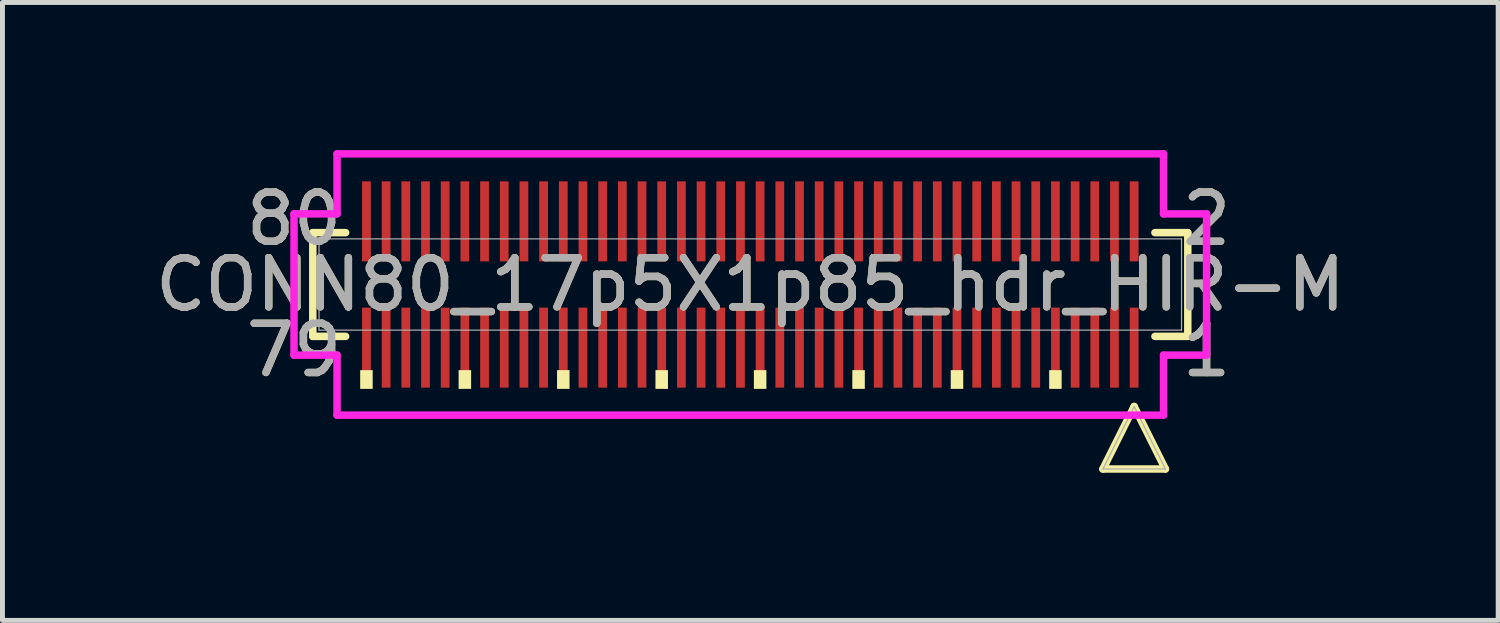
<source format=kicad_pcb>
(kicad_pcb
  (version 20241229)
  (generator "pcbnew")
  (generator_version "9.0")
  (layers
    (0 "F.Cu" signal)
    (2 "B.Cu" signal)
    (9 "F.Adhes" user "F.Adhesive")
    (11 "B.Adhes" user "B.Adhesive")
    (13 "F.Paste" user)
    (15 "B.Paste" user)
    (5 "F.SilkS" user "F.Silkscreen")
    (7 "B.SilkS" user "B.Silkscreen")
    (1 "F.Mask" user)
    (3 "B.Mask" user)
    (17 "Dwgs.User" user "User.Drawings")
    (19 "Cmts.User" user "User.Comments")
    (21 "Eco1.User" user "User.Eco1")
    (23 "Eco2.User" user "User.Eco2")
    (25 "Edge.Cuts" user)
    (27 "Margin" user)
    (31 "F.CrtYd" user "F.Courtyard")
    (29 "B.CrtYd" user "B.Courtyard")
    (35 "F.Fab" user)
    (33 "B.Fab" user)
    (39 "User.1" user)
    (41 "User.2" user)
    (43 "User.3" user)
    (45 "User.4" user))
  (footprint "CONN80_17p5X1p85_hdr_HIR-M"
    (layer "F.Cu")
    (at 12.196 2.731)
    (property "Reference" "CONN80_17p5X1p85_hdr_HIR-M" (at 0 0 0) (unlocked yes) (layer "F.SilkS") (effects (font (size 1 1) (thickness 0.15))))
    (attr smd)
    (fp_line (start -8.89 -1.054) (end -8.89 1.054) (stroke (width 0.152) (type solid)) (layer "F.SilkS"))
    (fp_line (start -8.89 1.054) (end -8.222 1.054) (stroke (width 0.152) (type solid)) (layer "F.SilkS"))
    (fp_line (start -8.222 -1.054) (end -8.89 -1.054) (stroke (width 0.152) (type solid)) (layer "F.SilkS"))
    (fp_line (start 7.165 3.749) (end 8.435 3.749) (stroke (width 0.152) (type solid)) (layer "F.SilkS"))
    (fp_line (start 7.8 2.479) (end 7.165 3.749) (stroke (width 0.152) (type solid)) (layer "F.SilkS"))
    (fp_line (start 8.222 1.054) (end 8.89 1.054) (stroke (width 0.152) (type solid)) (layer "F.SilkS"))
    (fp_line (start 8.435 3.749) (end 7.8 2.479) (stroke (width 0.152) (type solid)) (layer "F.SilkS"))
    (fp_line (start 8.89 -1.054) (end 8.222 -1.054) (stroke (width 0.152) (type solid)) (layer "F.SilkS"))
    (fp_line (start 8.89 1.054) (end 8.89 -1.054) (stroke (width 0.152) (type solid)) (layer "F.SilkS"))
    (fp_poly (pts (xy -7.927 1.74) (xy -7.927 2.121) (xy -7.673 2.121) (xy -7.673 1.74)) (stroke (width 0) (type solid)) (fill yes) (layer "F.SilkS"))
    (fp_poly (pts (xy -5.927 1.74) (xy -5.927 2.121) (xy -5.673 2.121) (xy -5.673 1.74)) (stroke (width 0) (type solid)) (fill yes) (layer "F.SilkS"))
    (fp_poly (pts (xy -3.927 1.74) (xy -3.927 2.121) (xy -3.673 2.121) (xy -3.673 1.74)) (stroke (width 0) (type solid)) (fill yes) (layer "F.SilkS"))
    (fp_poly (pts (xy -1.927 1.74) (xy -1.927 2.121) (xy -1.673 2.121) (xy -1.673 1.74)) (stroke (width 0) (type solid)) (fill yes) (layer "F.SilkS"))
    (fp_poly (pts (xy 0.073 1.74) (xy 0.073 2.121) (xy 0.327 2.121) (xy 0.327 1.74)) (stroke (width 0) (type solid)) (fill yes) (layer "F.SilkS"))
    (fp_poly (pts (xy 2.073 1.74) (xy 2.073 2.121) (xy 2.327 2.121) (xy 2.327 1.74)) (stroke (width 0) (type solid)) (fill yes) (layer "F.SilkS"))
    (fp_poly (pts (xy 4.073 1.74) (xy 4.073 2.121) (xy 4.327 2.121) (xy 4.327 1.74)) (stroke (width 0) (type solid)) (fill yes) (layer "F.SilkS"))
    (fp_poly (pts (xy 6.073 1.74) (xy 6.073 2.121) (xy 6.327 2.121) (xy 6.327 1.74)) (stroke (width 0) (type solid)) (fill yes) (layer "F.SilkS"))
    (fp_line (start -9.271 -1.435) (end -8.397 -1.435) (stroke (width 0.152) (type solid)) (layer "F.CrtYd"))
    (fp_line (start -9.271 1.435) (end -9.271 -1.435) (stroke (width 0.152) (type solid)) (layer "F.CrtYd"))
    (fp_line (start -8.397 -1.435) (end -8.397 -2.654) (stroke (width 0.152) (type solid)) (layer "F.CrtYd"))
    (fp_line (start -8.397 1.435) (end -9.271 1.435) (stroke (width 0.152) (type solid)) (layer "F.CrtYd"))
    (fp_line (start -8.397 2.654) (end -8.397 1.435) (stroke (width 0.152) (type solid)) (layer "F.CrtYd"))
    (fp_line (start -8.397 2.654) (end 8.397 2.654) (stroke (width 0.152) (type solid)) (layer "F.CrtYd"))
    (fp_line (start 8.397 -2.654) (end -8.397 -2.654) (stroke (width 0.152) (type solid)) (layer "F.CrtYd"))
    (fp_line (start 8.397 -2.654) (end 8.397 -1.435) (stroke (width 0.152) (type solid)) (layer "F.CrtYd"))
    (fp_line (start 8.397 -1.435) (end 9.271 -1.435) (stroke (width 0.152) (type solid)) (layer "F.CrtYd"))
    (fp_line (start 8.397 1.435) (end 8.397 2.654) (stroke (width 0.152) (type solid)) (layer "F.CrtYd"))
    (fp_line (start 9.271 -1.435) (end 9.271 1.435) (stroke (width 0.152) (type solid)) (layer "F.CrtYd"))
    (fp_line (start 9.271 1.435) (end 8.397 1.435) (stroke (width 0.152) (type solid)) (layer "F.CrtYd"))
    (fp_line (start -8.763 -0.927) (end -8.763 0.927) (stroke (width 0.025) (type solid)) (layer "F.Fab"))
    (fp_line (start -8.763 0.927) (end 8.763 0.927) (stroke (width 0.025) (type solid)) (layer "F.Fab"))
    (fp_line (start 7.165 3.749) (end 8.435 3.749) (stroke (width 0.025) (type solid)) (layer "F.Fab"))
    (fp_line (start 7.8 2.479) (end 7.165 3.749) (stroke (width 0.025) (type solid)) (layer "F.Fab"))
    (fp_line (start 8.435 3.749) (end 7.8 2.479) (stroke (width 0.025) (type solid)) (layer "F.Fab"))
    (fp_line (start 8.763 -0.927) (end -8.763 -0.927) (stroke (width 0.025) (type solid)) (layer "F.Fab"))
    (fp_line (start 8.763 0.927) (end 8.763 -0.927) (stroke (width 0.025) (type solid)) (layer "F.Fab"))
    (fp_text user "80" (at -9.271 -1.333 0) (unlocked yes) (layer "F.SilkS") (effects (font (size 1 1) (thickness 0.15))))
    (fp_text user "2" (at 9.271 -1.333 0) (unlocked yes) (layer "F.SilkS") (effects (font (size 1 1) (thickness 0.15))))
    (fp_text user "1" (at 9.271 1.333 0) (unlocked yes) (layer "F.SilkS") (effects (font (size 1 1) (thickness 0.15))))
    (fp_text user "79" (at -9.271 1.333 0) (unlocked yes) (layer "F.SilkS") (effects (font (size 1 1) (thickness 0.15))))
    (fp_text user "2" (at 9.271 -1.333 0) (unlocked yes) (layer "F.Fab") (effects (font (size 1 1) (thickness 0.15))))
    (fp_text user "${REFERENCE}" (at 0 0 0) (unlocked yes) (layer "F.Fab") (effects (font (size 1 1) (thickness 0.15))))
    (fp_text user "79" (at -9.271 1.333 0) (unlocked yes) (layer "F.Fab") (effects (font (size 1 1) (thickness 0.15))))
    (fp_text user "1" (at 9.271 1.333 0) (unlocked yes) (layer "F.Fab") (effects (font (size 1 1) (thickness 0.15))))
    (fp_text user "80" (at -9.271 -1.333 0) (unlocked yes) (layer "F.Fab") (effects (font (size 1 1) (thickness 0.15))))
    (pad "1" smd rect (at 7.8 1.283) (size 0.178 1.626) (layers "F.Cu" "F.Mask" "F.Paste"))
    (pad "2" smd rect (at 7.8 -1.283) (size 0.178 1.626) (layers "F.Cu" "F.Mask" "F.Paste"))
    (pad "3" smd rect (at 7.4 1.283) (size 0.178 1.626) (layers "F.Cu" "F.Mask" "F.Paste"))
    (pad "4" smd rect (at 7.4 -1.283) (size 0.178 1.626) (layers "F.Cu" "F.Mask" "F.Paste"))
    (pad "5" smd rect (at 7 1.283) (size 0.178 1.626) (layers "F.Cu" "F.Mask" "F.Paste"))
    (pad "6" smd rect (at 7 -1.283) (size 0.178 1.626) (layers "F.Cu" "F.Mask" "F.Paste"))
    (pad "7" smd rect (at 6.6 1.283) (size 0.178 1.626) (layers "F.Cu" "F.Mask" "F.Paste"))
    (pad "8" smd rect (at 6.6 -1.283) (size 0.178 1.626) (layers "F.Cu" "F.Mask" "F.Paste"))
    (pad "9" smd rect (at 6.2 1.283) (size 0.178 1.626) (layers "F.Cu" "F.Mask" "F.Paste"))
    (pad "10" smd rect (at 6.2 -1.283) (size 0.178 1.626) (layers "F.Cu" "F.Mask" "F.Paste"))
    (pad "11" smd rect (at 5.8 1.283) (size 0.178 1.626) (layers "F.Cu" "F.Mask" "F.Paste"))
    (pad "12" smd rect (at 5.8 -1.283) (size 0.178 1.626) (layers "F.Cu" "F.Mask" "F.Paste"))
    (pad "13" smd rect (at 5.4 1.283) (size 0.178 1.626) (layers "F.Cu" "F.Mask" "F.Paste"))
    (pad "14" smd rect (at 5.4 -1.283) (size 0.178 1.626) (layers "F.Cu" "F.Mask" "F.Paste"))
    (pad "15" smd rect (at 5 1.283) (size 0.178 1.626) (layers "F.Cu" "F.Mask" "F.Paste"))
    (pad "16" smd rect (at 5 -1.283) (size 0.178 1.626) (layers "F.Cu" "F.Mask" "F.Paste"))
    (pad "17" smd rect (at 4.6 1.283) (size 0.178 1.626) (layers "F.Cu" "F.Mask" "F.Paste"))
    (pad "18" smd rect (at 4.6 -1.283) (size 0.178 1.626) (layers "F.Cu" "F.Mask" "F.Paste"))
    (pad "19" smd rect (at 4.2 1.283) (size 0.178 1.626) (layers "F.Cu" "F.Mask" "F.Paste"))
    (pad "20" smd rect (at 4.2 -1.283) (size 0.178 1.626) (layers "F.Cu" "F.Mask" "F.Paste"))
    (pad "21" smd rect (at 3.8 1.283) (size 0.178 1.626) (layers "F.Cu" "F.Mask" "F.Paste"))
    (pad "22" smd rect (at 3.8 -1.283) (size 0.178 1.626) (layers "F.Cu" "F.Mask" "F.Paste"))
    (pad "23" smd rect (at 3.4 1.283) (size 0.178 1.626) (layers "F.Cu" "F.Mask" "F.Paste"))
    (pad "24" smd rect (at 3.4 -1.283) (size 0.178 1.626) (layers "F.Cu" "F.Mask" "F.Paste"))
    (pad "25" smd rect (at 3 1.283) (size 0.178 1.626) (layers "F.Cu" "F.Mask" "F.Paste"))
    (pad "26" smd rect (at 3 -1.283) (size 0.178 1.626) (layers "F.Cu" "F.Mask" "F.Paste"))
    (pad "27" smd rect (at 2.6 1.283) (size 0.178 1.626) (layers "F.Cu" "F.Mask" "F.Paste"))
    (pad "28" smd rect (at 2.6 -1.283) (size 0.178 1.626) (layers "F.Cu" "F.Mask" "F.Paste"))
    (pad "29" smd rect (at 2.2 1.283) (size 0.178 1.626) (layers "F.Cu" "F.Mask" "F.Paste"))
    (pad "30" smd rect (at 2.2 -1.283) (size 0.178 1.626) (layers "F.Cu" "F.Mask" "F.Paste"))
    (pad "31" smd rect (at 1.8 1.283) (size 0.178 1.626) (layers "F.Cu" "F.Mask" "F.Paste"))
    (pad "32" smd rect (at 1.8 -1.283) (size 0.178 1.626) (layers "F.Cu" "F.Mask" "F.Paste"))
    (pad "33" smd rect (at 1.4 1.283) (size 0.178 1.626) (layers "F.Cu" "F.Mask" "F.Paste"))
    (pad "34" smd rect (at 1.4 -1.283) (size 0.178 1.626) (layers "F.Cu" "F.Mask" "F.Paste"))
    (pad "35" smd rect (at 1 1.283) (size 0.178 1.626) (layers "F.Cu" "F.Mask" "F.Paste"))
    (pad "36" smd rect (at 1 -1.283) (size 0.178 1.626) (layers "F.Cu" "F.Mask" "F.Paste"))
    (pad "37" smd rect (at 0.6 1.283) (size 0.178 1.626) (layers "F.Cu" "F.Mask" "F.Paste"))
    (pad "38" smd rect (at 0.6 -1.283) (size 0.178 1.626) (layers "F.Cu" "F.Mask" "F.Paste"))
    (pad "39" smd rect (at 0.2 1.283) (size 0.178 1.626) (layers "F.Cu" "F.Mask" "F.Paste"))
    (pad "40" smd rect (at 0.2 -1.283) (size 0.178 1.626) (layers "F.Cu" "F.Mask" "F.Paste"))
    (pad "41" smd rect (at -0.2 1.283) (size 0.178 1.626) (layers "F.Cu" "F.Mask" "F.Paste"))
    (pad "42" smd rect (at -0.2 -1.283) (size 0.178 1.626) (layers "F.Cu" "F.Mask" "F.Paste"))
    (pad "43" smd rect (at -0.6 1.283) (size 0.178 1.626) (layers "F.Cu" "F.Mask" "F.Paste"))
    (pad "44" smd rect (at -0.6 -1.283) (size 0.178 1.626) (layers "F.Cu" "F.Mask" "F.Paste"))
    (pad "45" smd rect (at -1 1.283) (size 0.178 1.626) (layers "F.Cu" "F.Mask" "F.Paste"))
    (pad "46" smd rect (at -1 -1.283) (size 0.178 1.626) (layers "F.Cu" "F.Mask" "F.Paste"))
    (pad "47" smd rect (at -1.4 1.283) (size 0.178 1.626) (layers "F.Cu" "F.Mask" "F.Paste"))
    (pad "48" smd rect (at -1.4 -1.283) (size 0.178 1.626) (layers "F.Cu" "F.Mask" "F.Paste"))
    (pad "49" smd rect (at -1.8 1.283) (size 0.178 1.626) (layers "F.Cu" "F.Mask" "F.Paste"))
    (pad "50" smd rect (at -1.8 -1.283) (size 0.178 1.626) (layers "F.Cu" "F.Mask" "F.Paste"))
    (pad "51" smd rect (at -2.2 1.283) (size 0.178 1.626) (layers "F.Cu" "F.Mask" "F.Paste"))
    (pad "52" smd rect (at -2.2 -1.283) (size 0.178 1.626) (layers "F.Cu" "F.Mask" "F.Paste"))
    (pad "53" smd rect (at -2.6 1.283) (size 0.178 1.626) (layers "F.Cu" "F.Mask" "F.Paste"))
    (pad "54" smd rect (at -2.6 -1.283) (size 0.178 1.626) (layers "F.Cu" "F.Mask" "F.Paste"))
    (pad "55" smd rect (at -3 1.283) (size 0.178 1.626) (layers "F.Cu" "F.Mask" "F.Paste"))
    (pad "56" smd rect (at -3 -1.283) (size 0.178 1.626) (layers "F.Cu" "F.Mask" "F.Paste"))
    (pad "57" smd rect (at -3.4 1.283) (size 0.178 1.626) (layers "F.Cu" "F.Mask" "F.Paste"))
    (pad "58" smd rect (at -3.4 -1.283) (size 0.178 1.626) (layers "F.Cu" "F.Mask" "F.Paste"))
    (pad "59" smd rect (at -3.8 1.283) (size 0.178 1.626) (layers "F.Cu" "F.Mask" "F.Paste"))
    (pad "60" smd rect (at -3.8 -1.283) (size 0.178 1.626) (layers "F.Cu" "F.Mask" "F.Paste"))
    (pad "61" smd rect (at -4.2 1.283) (size 0.178 1.626) (layers "F.Cu" "F.Mask" "F.Paste"))
    (pad "62" smd rect (at -4.2 -1.283) (size 0.178 1.626) (layers "F.Cu" "F.Mask" "F.Paste"))
    (pad "63" smd rect (at -4.6 1.283) (size 0.178 1.626) (layers "F.Cu" "F.Mask" "F.Paste"))
    (pad "64" smd rect (at -4.6 -1.283) (size 0.178 1.626) (layers "F.Cu" "F.Mask" "F.Paste"))
    (pad "65" smd rect (at -5 1.283) (size 0.178 1.626) (layers "F.Cu" "F.Mask" "F.Paste"))
    (pad "66" smd rect (at -5 -1.283) (size 0.178 1.626) (layers "F.Cu" "F.Mask" "F.Paste"))
    (pad "67" smd rect (at -5.4 1.283) (size 0.178 1.626) (layers "F.Cu" "F.Mask" "F.Paste"))
    (pad "68" smd rect (at -5.4 -1.283) (size 0.178 1.626) (layers "F.Cu" "F.Mask" "F.Paste"))
    (pad "69" smd rect (at -5.8 1.283) (size 0.178 1.626) (layers "F.Cu" "F.Mask" "F.Paste"))
    (pad "70" smd rect (at -5.8 -1.283) (size 0.178 1.626) (layers "F.Cu" "F.Mask" "F.Paste"))
    (pad "71" smd rect (at -6.2 1.283) (size 0.178 1.626) (layers "F.Cu" "F.Mask" "F.Paste"))
    (pad "72" smd rect (at -6.2 -1.283) (size 0.178 1.626) (layers "F.Cu" "F.Mask" "F.Paste"))
    (pad "73" smd rect (at -6.6 1.283) (size 0.178 1.626) (layers "F.Cu" "F.Mask" "F.Paste"))
    (pad "74" smd rect (at -6.6 -1.283) (size 0.178 1.626) (layers "F.Cu" "F.Mask" "F.Paste"))
    (pad "75" smd rect (at -7 1.283) (size 0.178 1.626) (layers "F.Cu" "F.Mask" "F.Paste"))
    (pad "76" smd rect (at -7 -1.283) (size 0.178 1.626) (layers "F.Cu" "F.Mask" "F.Paste"))
    (pad "77" smd rect (at -7.4 1.283) (size 0.178 1.626) (layers "F.Cu" "F.Mask" "F.Paste"))
    (pad "78" smd rect (at -7.4 -1.283) (size 0.178 1.626) (layers "F.Cu" "F.Mask" "F.Paste"))
    (pad "79" smd rect (at -7.8 1.283) (size 0.178 1.626) (layers "F.Cu" "F.Mask" "F.Paste"))
    (pad "80" smd rect (at -7.8 -1.283) (size 0.178 1.626) (layers "F.Cu" "F.Mask" "F.Paste")))
  (gr_rect
    (start -3 -3)
    (end 27.393 9.556)
    (stroke (width 0.1) (type default))
    (fill no)
    (layer "Edge.Cuts")))
</source>
